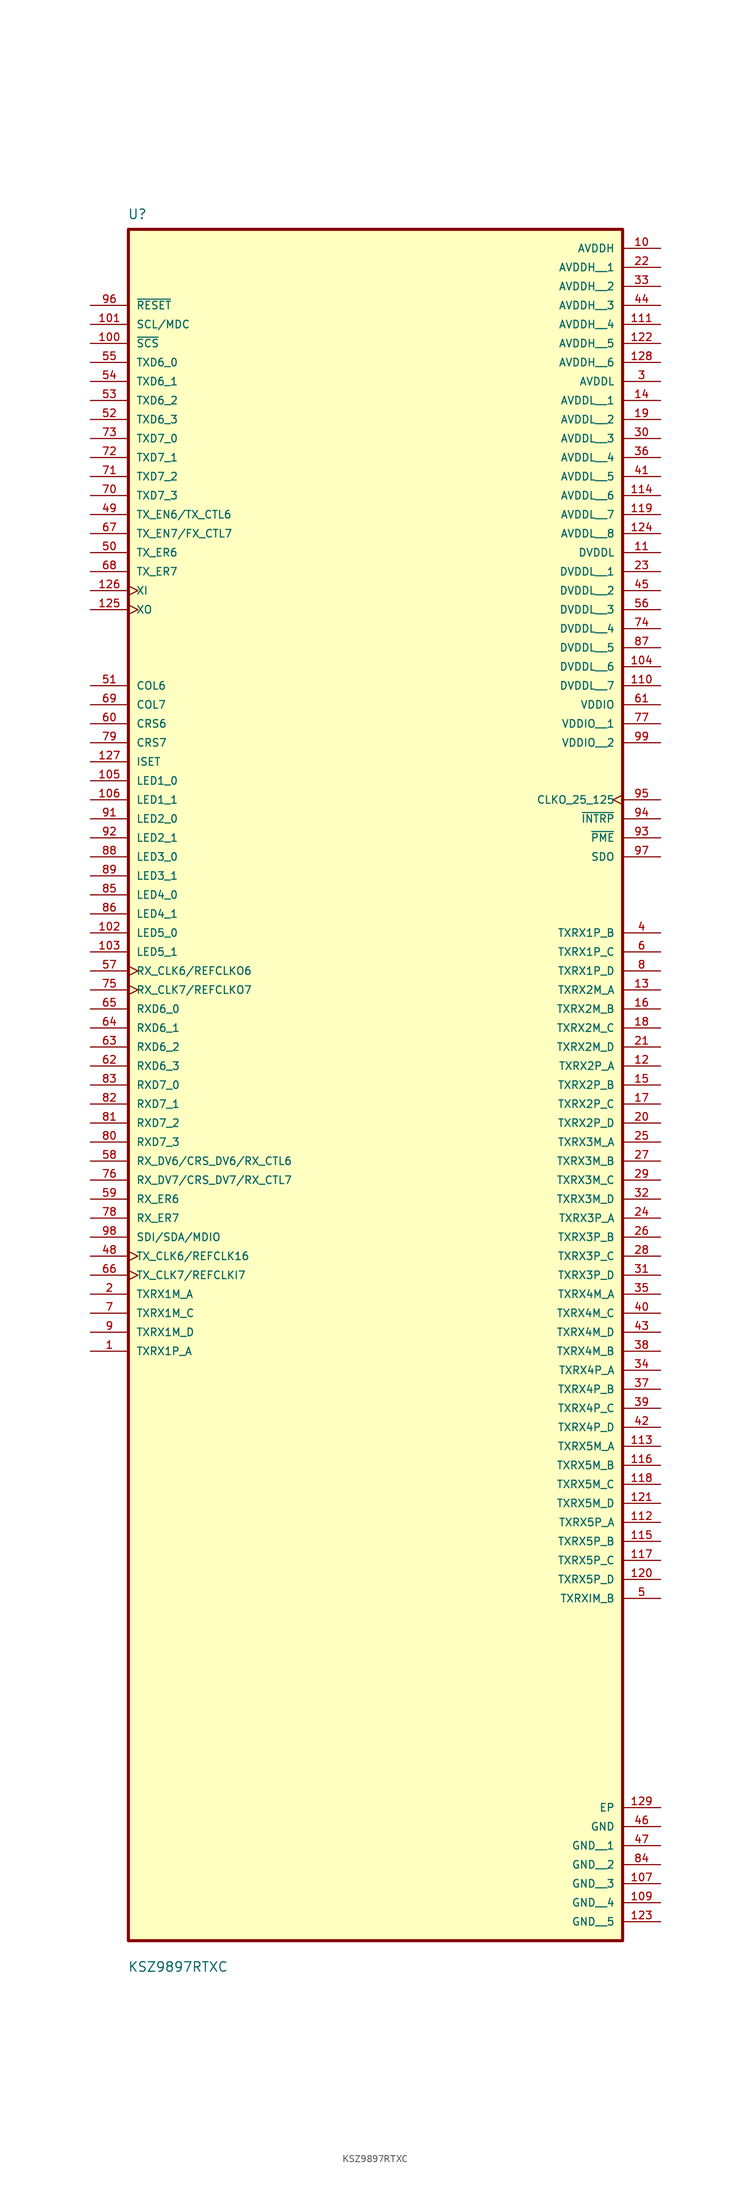
<source format=kicad_sym>
(kicad_symbol_lib
  (version 20211014)
  (generator kicad_symbol_editor)
  (symbol "KSZ9897RTXC"
    (pin_names
      (offset 1.016))
    (property "Reference" "U"
      (at -33.134 80.015 0.0)
      (effects (font (size 1.27 1.27)) (justify bottom left)))
    (property "Value" "KSZ9897RTXC"
      (at -33.117 -154.103 0.0)
      (effects (font (size 1.27 1.27)) (justify bottom left)))
    (symbol "KSZ9897RTXC_0_0"
      (rectangle (start -33.02 -149.86) (end 33.02 78.74) (stroke (width 0.41)) (fill (type background)))
      (pin input line (at -38.1 68.58 0) (length 5.08) (name "~{RESET}" (effects (font (size 1.016 1.016)))) (number "96" (effects (font (size 1.016 1.016)))))
      (pin input line (at -38.1 66.04 0) (length 5.08) (name "SCL/MDC" (effects (font (size 1.016 1.016)))) (number "101" (effects (font (size 1.016 1.016)))))
      (pin input line (at -38.1 63.5 0) (length 5.08) (name "~{SCS}" (effects (font (size 1.016 1.016)))) (number "100" (effects (font (size 1.016 1.016)))))
      (pin input line (at -38.1 60.96 0) (length 5.08) (name "TXD6_0" (effects (font (size 1.016 1.016)))) (number "55" (effects (font (size 1.016 1.016)))))
      (pin input line (at -38.1 58.42 0) (length 5.08) (name "TXD6_1" (effects (font (size 1.016 1.016)))) (number "54" (effects (font (size 1.016 1.016)))))
      (pin input line (at -38.1 55.88 0) (length 5.08) (name "TXD6_2" (effects (font (size 1.016 1.016)))) (number "53" (effects (font (size 1.016 1.016)))))
      (pin input line (at -38.1 53.34 0) (length 5.08) (name "TXD6_3" (effects (font (size 1.016 1.016)))) (number "52" (effects (font (size 1.016 1.016)))))
      (pin input line (at -38.1 50.8 0) (length 5.08) (name "TXD7_0" (effects (font (size 1.016 1.016)))) (number "73" (effects (font (size 1.016 1.016)))))
      (pin input line (at -38.1 48.26 0) (length 5.08) (name "TXD7_1" (effects (font (size 1.016 1.016)))) (number "72" (effects (font (size 1.016 1.016)))))
      (pin input line (at -38.1 45.72 0) (length 5.08) (name "TXD7_2" (effects (font (size 1.016 1.016)))) (number "71" (effects (font (size 1.016 1.016)))))
      (pin input line (at -38.1 43.18 0) (length 5.08) (name "TXD7_3" (effects (font (size 1.016 1.016)))) (number "70" (effects (font (size 1.016 1.016)))))
      (pin input line (at -38.1 40.64 0) (length 5.08) (name "TX_EN6/TX_CTL6" (effects (font (size 1.016 1.016)))) (number "49" (effects (font (size 1.016 1.016)))))
      (pin input line (at -38.1 38.1 0) (length 5.08) (name "TX_EN7/FX_CTL7" (effects (font (size 1.016 1.016)))) (number "67" (effects (font (size 1.016 1.016)))))
      (pin input line (at -38.1 35.56 0) (length 5.08) (name "TX_ER6" (effects (font (size 1.016 1.016)))) (number "50" (effects (font (size 1.016 1.016)))))
      (pin input line (at -38.1 33.02 0) (length 5.08) (name "TX_ER7" (effects (font (size 1.016 1.016)))) (number "68" (effects (font (size 1.016 1.016)))))
      (pin input clock (at -38.1 30.48 0) (length 5.08) (name "XI" (effects (font (size 1.016 1.016)))) (number "126" (effects (font (size 1.016 1.016)))))
      (pin bidirectional line (at -38.1 17.78 0) (length 5.08) (name "COL6" (effects (font (size 1.016 1.016)))) (number "51" (effects (font (size 1.016 1.016)))))
      (pin bidirectional line (at -38.1 15.24 0) (length 5.08) (name "COL7" (effects (font (size 1.016 1.016)))) (number "69" (effects (font (size 1.016 1.016)))))
      (pin bidirectional line (at -38.1 12.7 0) (length 5.08) (name "CRS6" (effects (font (size 1.016 1.016)))) (number "60" (effects (font (size 1.016 1.016)))))
      (pin bidirectional line (at -38.1 10.16 0) (length 5.08) (name "CRS7" (effects (font (size 1.016 1.016)))) (number "79" (effects (font (size 1.016 1.016)))))
      (pin bidirectional line (at -38.1 7.62 0) (length 5.08) (name "ISET" (effects (font (size 1.016 1.016)))) (number "127" (effects (font (size 1.016 1.016)))))
      (pin bidirectional line (at -38.1 5.08 0) (length 5.08) (name "LED1_0" (effects (font (size 1.016 1.016)))) (number "105" (effects (font (size 1.016 1.016)))))
      (pin bidirectional line (at -38.1 2.54 0) (length 5.08) (name "LED1_1" (effects (font (size 1.016 1.016)))) (number "106" (effects (font (size 1.016 1.016)))))
      (pin bidirectional line (at -38.1 0.0 0) (length 5.08) (name "LED2_0" (effects (font (size 1.016 1.016)))) (number "91" (effects (font (size 1.016 1.016)))))
      (pin bidirectional line (at -38.1 -2.54 0) (length 5.08) (name "LED2_1" (effects (font (size 1.016 1.016)))) (number "92" (effects (font (size 1.016 1.016)))))
      (pin bidirectional line (at -38.1 -5.08 0) (length 5.08) (name "LED3_0" (effects (font (size 1.016 1.016)))) (number "88" (effects (font (size 1.016 1.016)))))
      (pin bidirectional line (at -38.1 -7.62 0) (length 5.08) (name "LED3_1" (effects (font (size 1.016 1.016)))) (number "89" (effects (font (size 1.016 1.016)))))
      (pin bidirectional line (at -38.1 -10.16 0) (length 5.08) (name "LED4_0" (effects (font (size 1.016 1.016)))) (number "85" (effects (font (size 1.016 1.016)))))
      (pin bidirectional line (at -38.1 -12.7 0) (length 5.08) (name "LED4_1" (effects (font (size 1.016 1.016)))) (number "86" (effects (font (size 1.016 1.016)))))
      (pin bidirectional line (at -38.1 -15.24 0) (length 5.08) (name "LED5_0" (effects (font (size 1.016 1.016)))) (number "102" (effects (font (size 1.016 1.016)))))
      (pin bidirectional line (at -38.1 -17.78 0) (length 5.08) (name "LED5_1" (effects (font (size 1.016 1.016)))) (number "103" (effects (font (size 1.016 1.016)))))
      (pin bidirectional clock (at -38.1 -20.32 0) (length 5.08) (name "RX_CLK6/REFCLKO6" (effects (font (size 1.016 1.016)))) (number "57" (effects (font (size 1.016 1.016)))))
      (pin bidirectional clock (at -38.1 -22.86 0) (length 5.08) (name "RX_CLK7/REFCLKO7" (effects (font (size 1.016 1.016)))) (number "75" (effects (font (size 1.016 1.016)))))
      (pin bidirectional line (at -38.1 -25.4 0) (length 5.08) (name "RXD6_0" (effects (font (size 1.016 1.016)))) (number "65" (effects (font (size 1.016 1.016)))))
      (pin bidirectional line (at -38.1 -27.94 0) (length 5.08) (name "RXD6_1" (effects (font (size 1.016 1.016)))) (number "64" (effects (font (size 1.016 1.016)))))
      (pin bidirectional line (at -38.1 -30.48 0) (length 5.08) (name "RXD6_2" (effects (font (size 1.016 1.016)))) (number "63" (effects (font (size 1.016 1.016)))))
      (pin bidirectional line (at -38.1 -33.02 0) (length 5.08) (name "RXD6_3" (effects (font (size 1.016 1.016)))) (number "62" (effects (font (size 1.016 1.016)))))
      (pin bidirectional line (at -38.1 -35.56 0) (length 5.08) (name "RXD7_0" (effects (font (size 1.016 1.016)))) (number "83" (effects (font (size 1.016 1.016)))))
      (pin bidirectional line (at -38.1 -38.1 0) (length 5.08) (name "RXD7_1" (effects (font (size 1.016 1.016)))) (number "82" (effects (font (size 1.016 1.016)))))
      (pin bidirectional line (at -38.1 -40.64 0) (length 5.08) (name "RXD7_2" (effects (font (size 1.016 1.016)))) (number "81" (effects (font (size 1.016 1.016)))))
      (pin bidirectional line (at -38.1 -43.18 0) (length 5.08) (name "RXD7_3" (effects (font (size 1.016 1.016)))) (number "80" (effects (font (size 1.016 1.016)))))
      (pin bidirectional line (at -38.1 -45.72 0) (length 5.08) (name "RX_DV6/CRS_DV6/RX_CTL6" (effects (font (size 1.016 1.016)))) (number "58" (effects (font (size 1.016 1.016)))))
      (pin bidirectional line (at -38.1 -48.26 0) (length 5.08) (name "RX_DV7/CRS_DV7/RX_CTL7" (effects (font (size 1.016 1.016)))) (number "76" (effects (font (size 1.016 1.016)))))
      (pin bidirectional line (at -38.1 -50.8 0) (length 5.08) (name "RX_ER6" (effects (font (size 1.016 1.016)))) (number "59" (effects (font (size 1.016 1.016)))))
      (pin bidirectional line (at -38.1 -53.34 0) (length 5.08) (name "RX_ER7" (effects (font (size 1.016 1.016)))) (number "78" (effects (font (size 1.016 1.016)))))
      (pin bidirectional line (at -38.1 -55.88 0) (length 5.08) (name "SDI/SDA/MDIO" (effects (font (size 1.016 1.016)))) (number "98" (effects (font (size 1.016 1.016)))))
      (pin bidirectional clock (at -38.1 -58.42 0) (length 5.08) (name "TX_CLK6/REFCLK16" (effects (font (size 1.016 1.016)))) (number "48" (effects (font (size 1.016 1.016)))))
      (pin bidirectional clock (at -38.1 -60.96 0) (length 5.08) (name "TX_CLK7/REFCLKI7" (effects (font (size 1.016 1.016)))) (number "66" (effects (font (size 1.016 1.016)))))
      (pin bidirectional line (at -38.1 -63.5 0) (length 5.08) (name "TXRX1M_A" (effects (font (size 1.016 1.016)))) (number "2" (effects (font (size 1.016 1.016)))))
      (pin bidirectional line (at -38.1 -66.04 0) (length 5.08) (name "TXRX1M_C" (effects (font (size 1.016 1.016)))) (number "7" (effects (font (size 1.016 1.016)))))
      (pin bidirectional line (at -38.1 -68.58 0) (length 5.08) (name "TXRX1M_D" (effects (font (size 1.016 1.016)))) (number "9" (effects (font (size 1.016 1.016)))))
      (pin bidirectional line (at -38.1 -71.12 0) (length 5.08) (name "TXRX1P_A" (effects (font (size 1.016 1.016)))) (number "1" (effects (font (size 1.016 1.016)))))
      (pin power_in line (at 38.1 76.2 180.0) (length 5.08) (name "AVDDH" (effects (font (size 1.016 1.016)))) (number "10" (effects (font (size 1.016 1.016)))))
      (pin power_in line (at 38.1 58.42 180.0) (length 5.08) (name "AVDDL" (effects (font (size 1.016 1.016)))) (number "3" (effects (font (size 1.016 1.016)))))
      (pin power_in line (at 38.1 35.56 180.0) (length 5.08) (name "DVDDL" (effects (font (size 1.016 1.016)))) (number "11" (effects (font (size 1.016 1.016)))))
      (pin power_in line (at 38.1 15.24 180.0) (length 5.08) (name "VDDIO" (effects (font (size 1.016 1.016)))) (number "61" (effects (font (size 1.016 1.016)))))
      (pin output clock (at 38.1 2.54 180.0) (length 5.08) (name "CLKO_25_125" (effects (font (size 1.016 1.016)))) (number "95" (effects (font (size 1.016 1.016)))))
      (pin output line (at 38.1 0.0 180.0) (length 5.08) (name "~{INTRP}" (effects (font (size 1.016 1.016)))) (number "94" (effects (font (size 1.016 1.016)))))
      (pin output line (at 38.1 -2.54 180.0) (length 5.08) (name "~{PME}" (effects (font (size 1.016 1.016)))) (number "93" (effects (font (size 1.016 1.016)))))
      (pin output line (at 38.1 -5.08 180.0) (length 5.08) (name "SDO" (effects (font (size 1.016 1.016)))) (number "97" (effects (font (size 1.016 1.016)))))
      (pin output clock (at -38.1 27.94 0) (length 5.08) (name "XO" (effects (font (size 1.016 1.016)))) (number "125" (effects (font (size 1.016 1.016)))))
      (pin bidirectional line (at 38.1 -15.24 180.0) (length 5.08) (name "TXRX1P_B" (effects (font (size 1.016 1.016)))) (number "4" (effects (font (size 1.016 1.016)))))
      (pin bidirectional line (at 38.1 -17.78 180.0) (length 5.08) (name "TXRX1P_C" (effects (font (size 1.016 1.016)))) (number "6" (effects (font (size 1.016 1.016)))))
      (pin bidirectional line (at 38.1 -20.32 180.0) (length 5.08) (name "TXRX1P_D" (effects (font (size 1.016 1.016)))) (number "8" (effects (font (size 1.016 1.016)))))
      (pin bidirectional line (at 38.1 -22.86 180.0) (length 5.08) (name "TXRX2M_A" (effects (font (size 1.016 1.016)))) (number "13" (effects (font (size 1.016 1.016)))))
      (pin bidirectional line (at 38.1 -25.4 180.0) (length 5.08) (name "TXRX2M_B" (effects (font (size 1.016 1.016)))) (number "16" (effects (font (size 1.016 1.016)))))
      (pin bidirectional line (at 38.1 -27.94 180.0) (length 5.08) (name "TXRX2M_C" (effects (font (size 1.016 1.016)))) (number "18" (effects (font (size 1.016 1.016)))))
      (pin bidirectional line (at 38.1 -30.48 180.0) (length 5.08) (name "TXRX2M_D" (effects (font (size 1.016 1.016)))) (number "21" (effects (font (size 1.016 1.016)))))
      (pin bidirectional line (at 38.1 -33.02 180.0) (length 5.08) (name "TXRX2P_A" (effects (font (size 1.016 1.016)))) (number "12" (effects (font (size 1.016 1.016)))))
      (pin bidirectional line (at 38.1 -35.56 180.0) (length 5.08) (name "TXRX2P_B" (effects (font (size 1.016 1.016)))) (number "15" (effects (font (size 1.016 1.016)))))
      (pin bidirectional line (at 38.1 -38.1 180.0) (length 5.08) (name "TXRX2P_C" (effects (font (size 1.016 1.016)))) (number "17" (effects (font (size 1.016 1.016)))))
      (pin bidirectional line (at 38.1 -40.64 180.0) (length 5.08) (name "TXRX2P_D" (effects (font (size 1.016 1.016)))) (number "20" (effects (font (size 1.016 1.016)))))
      (pin bidirectional line (at 38.1 -43.18 180.0) (length 5.08) (name "TXRX3M_A" (effects (font (size 1.016 1.016)))) (number "25" (effects (font (size 1.016 1.016)))))
      (pin bidirectional line (at 38.1 -45.72 180.0) (length 5.08) (name "TXRX3M_B" (effects (font (size 1.016 1.016)))) (number "27" (effects (font (size 1.016 1.016)))))
      (pin bidirectional line (at 38.1 -48.26 180.0) (length 5.08) (name "TXRX3M_C" (effects (font (size 1.016 1.016)))) (number "29" (effects (font (size 1.016 1.016)))))
      (pin bidirectional line (at 38.1 -50.8 180.0) (length 5.08) (name "TXRX3M_D" (effects (font (size 1.016 1.016)))) (number "32" (effects (font (size 1.016 1.016)))))
      (pin bidirectional line (at 38.1 -53.34 180.0) (length 5.08) (name "TXRX3P_A" (effects (font (size 1.016 1.016)))) (number "24" (effects (font (size 1.016 1.016)))))
      (pin bidirectional line (at 38.1 -55.88 180.0) (length 5.08) (name "TXRX3P_B" (effects (font (size 1.016 1.016)))) (number "26" (effects (font (size 1.016 1.016)))))
      (pin bidirectional line (at 38.1 -58.42 180.0) (length 5.08) (name "TXRX3P_C" (effects (font (size 1.016 1.016)))) (number "28" (effects (font (size 1.016 1.016)))))
      (pin bidirectional line (at 38.1 -60.96 180.0) (length 5.08) (name "TXRX3P_D" (effects (font (size 1.016 1.016)))) (number "31" (effects (font (size 1.016 1.016)))))
      (pin bidirectional line (at 38.1 -63.5 180.0) (length 5.08) (name "TXRX4M_A" (effects (font (size 1.016 1.016)))) (number "35" (effects (font (size 1.016 1.016)))))
      (pin bidirectional line (at 38.1 -66.04 180.0) (length 5.08) (name "TXRX4M_C" (effects (font (size 1.016 1.016)))) (number "40" (effects (font (size 1.016 1.016)))))
      (pin bidirectional line (at 38.1 -68.58 180.0) (length 5.08) (name "TXRX4M_D" (effects (font (size 1.016 1.016)))) (number "43" (effects (font (size 1.016 1.016)))))
      (pin bidirectional line (at 38.1 -71.12 180.0) (length 5.08) (name "TXRX4M_B" (effects (font (size 1.016 1.016)))) (number "38" (effects (font (size 1.016 1.016)))))
      (pin bidirectional line (at 38.1 -73.66 180.0) (length 5.08) (name "TXRX4P_A" (effects (font (size 1.016 1.016)))) (number "34" (effects (font (size 1.016 1.016)))))
      (pin bidirectional line (at 38.1 -76.2 180.0) (length 5.08) (name "TXRX4P_B" (effects (font (size 1.016 1.016)))) (number "37" (effects (font (size 1.016 1.016)))))
      (pin bidirectional line (at 38.1 -78.74 180.0) (length 5.08) (name "TXRX4P_C" (effects (font (size 1.016 1.016)))) (number "39" (effects (font (size 1.016 1.016)))))
      (pin bidirectional line (at 38.1 -81.28 180.0) (length 5.08) (name "TXRX4P_D" (effects (font (size 1.016 1.016)))) (number "42" (effects (font (size 1.016 1.016)))))
      (pin bidirectional line (at 38.1 -83.82 180.0) (length 5.08) (name "TXRX5M_A" (effects (font (size 1.016 1.016)))) (number "113" (effects (font (size 1.016 1.016)))))
      (pin bidirectional line (at 38.1 -86.36 180.0) (length 5.08) (name "TXRX5M_B" (effects (font (size 1.016 1.016)))) (number "116" (effects (font (size 1.016 1.016)))))
      (pin bidirectional line (at 38.1 -88.9 180.0) (length 5.08) (name "TXRX5M_C" (effects (font (size 1.016 1.016)))) (number "118" (effects (font (size 1.016 1.016)))))
      (pin bidirectional line (at 38.1 -91.44 180.0) (length 5.08) (name "TXRX5M_D" (effects (font (size 1.016 1.016)))) (number "121" (effects (font (size 1.016 1.016)))))
      (pin bidirectional line (at 38.1 -93.98 180.0) (length 5.08) (name "TXRX5P_A" (effects (font (size 1.016 1.016)))) (number "112" (effects (font (size 1.016 1.016)))))
      (pin bidirectional line (at 38.1 -96.52 180.0) (length 5.08) (name "TXRX5P_B" (effects (font (size 1.016 1.016)))) (number "115" (effects (font (size 1.016 1.016)))))
      (pin bidirectional line (at 38.1 -99.06 180.0) (length 5.08) (name "TXRX5P_C" (effects (font (size 1.016 1.016)))) (number "117" (effects (font (size 1.016 1.016)))))
      (pin bidirectional line (at 38.1 -101.6 180.0) (length 5.08) (name "TXRX5P_D" (effects (font (size 1.016 1.016)))) (number "120" (effects (font (size 1.016 1.016)))))
      (pin bidirectional line (at 38.1 -104.14 180.0) (length 5.08) (name "TXRXIM_B" (effects (font (size 1.016 1.016)))) (number "5" (effects (font (size 1.016 1.016)))))
      (pin power_in line (at 38.1 -134.62 180.0) (length 5.08) (name "GND" (effects (font (size 1.016 1.016)))) (number "46" (effects (font (size 1.016 1.016)))))
      (pin power_in line (at 38.1 -132.08 180.0) (length 5.08) (name "EP" (effects (font (size 1.016 1.016)))) (number "129" (effects (font (size 1.016 1.016)))))
      (pin power_in line (at 38.1 73.66 180.0) (length 5.08) (name "AVDDH__1" (effects (font (size 1.016 1.016)))) (number "22" (effects (font (size 1.016 1.016)))))
      (pin power_in line (at 38.1 71.12 180.0) (length 5.08) (name "AVDDH__2" (effects (font (size 1.016 1.016)))) (number "33" (effects (font (size 1.016 1.016)))))
      (pin power_in line (at 38.1 68.58 180.0) (length 5.08) (name "AVDDH__3" (effects (font (size 1.016 1.016)))) (number "44" (effects (font (size 1.016 1.016)))))
      (pin power_in line (at 38.1 66.04 180.0) (length 5.08) (name "AVDDH__4" (effects (font (size 1.016 1.016)))) (number "111" (effects (font (size 1.016 1.016)))))
      (pin power_in line (at 38.1 63.5 180.0) (length 5.08) (name "AVDDH__5" (effects (font (size 1.016 1.016)))) (number "122" (effects (font (size 1.016 1.016)))))
      (pin power_in line (at 38.1 60.96 180.0) (length 5.08) (name "AVDDH__6" (effects (font (size 1.016 1.016)))) (number "128" (effects (font (size 1.016 1.016)))))
      (pin power_in line (at 38.1 55.88 180.0) (length 5.08) (name "AVDDL__1" (effects (font (size 1.016 1.016)))) (number "14" (effects (font (size 1.016 1.016)))))
      (pin power_in line (at 38.1 53.34 180.0) (length 5.08) (name "AVDDL__2" (effects (font (size 1.016 1.016)))) (number "19" (effects (font (size 1.016 1.016)))))
      (pin power_in line (at 38.1 50.8 180.0) (length 5.08) (name "AVDDL__3" (effects (font (size 1.016 1.016)))) (number "30" (effects (font (size 1.016 1.016)))))
      (pin power_in line (at 38.1 48.26 180.0) (length 5.08) (name "AVDDL__4" (effects (font (size 1.016 1.016)))) (number "36" (effects (font (size 1.016 1.016)))))
      (pin power_in line (at 38.1 45.72 180.0) (length 5.08) (name "AVDDL__5" (effects (font (size 1.016 1.016)))) (number "41" (effects (font (size 1.016 1.016)))))
      (pin power_in line (at 38.1 43.18 180.0) (length 5.08) (name "AVDDL__6" (effects (font (size 1.016 1.016)))) (number "114" (effects (font (size 1.016 1.016)))))
      (pin power_in line (at 38.1 40.64 180.0) (length 5.08) (name "AVDDL__7" (effects (font (size 1.016 1.016)))) (number "119" (effects (font (size 1.016 1.016)))))
      (pin power_in line (at 38.1 38.1 180.0) (length 5.08) (name "AVDDL__8" (effects (font (size 1.016 1.016)))) (number "124" (effects (font (size 1.016 1.016)))))
      (pin power_in line (at 38.1 33.02 180.0) (length 5.08) (name "DVDDL__1" (effects (font (size 1.016 1.016)))) (number "23" (effects (font (size 1.016 1.016)))))
      (pin power_in line (at 38.1 30.48 180.0) (length 5.08) (name "DVDDL__2" (effects (font (size 1.016 1.016)))) (number "45" (effects (font (size 1.016 1.016)))))
      (pin power_in line (at 38.1 27.94 180.0) (length 5.08) (name "DVDDL__3" (effects (font (size 1.016 1.016)))) (number "56" (effects (font (size 1.016 1.016)))))
      (pin power_in line (at 38.1 25.4 180.0) (length 5.08) (name "DVDDL__4" (effects (font (size 1.016 1.016)))) (number "74" (effects (font (size 1.016 1.016)))))
      (pin power_in line (at 38.1 22.86 180.0) (length 5.08) (name "DVDDL__5" (effects (font (size 1.016 1.016)))) (number "87" (effects (font (size 1.016 1.016)))))
      (pin power_in line (at 38.1 20.32 180.0) (length 5.08) (name "DVDDL__6" (effects (font (size 1.016 1.016)))) (number "104" (effects (font (size 1.016 1.016)))))
      (pin power_in line (at 38.1 17.78 180.0) (length 5.08) (name "DVDDL__7" (effects (font (size 1.016 1.016)))) (number "110" (effects (font (size 1.016 1.016)))))
      (pin power_in line (at 38.1 12.7 180.0) (length 5.08) (name "VDDIO__1" (effects (font (size 1.016 1.016)))) (number "77" (effects (font (size 1.016 1.016)))))
      (pin power_in line (at 38.1 10.16 180.0) (length 5.08) (name "VDDIO__2" (effects (font (size 1.016 1.016)))) (number "99" (effects (font (size 1.016 1.016)))))
      (pin power_in line (at 38.1 -137.16 180.0) (length 5.08) (name "GND__1" (effects (font (size 1.016 1.016)))) (number "47" (effects (font (size 1.016 1.016)))))
      (pin power_in line (at 38.1 -139.7 180.0) (length 5.08) (name "GND__2" (effects (font (size 1.016 1.016)))) (number "84" (effects (font (size 1.016 1.016)))))
      (pin power_in line (at 38.1 -142.24 180.0) (length 5.08) (name "GND__3" (effects (font (size 1.016 1.016)))) (number "107" (effects (font (size 1.016 1.016)))))
      (pin power_in line (at 38.1 -144.78 180.0) (length 5.08) (name "GND__4" (effects (font (size 1.016 1.016)))) (number "109" (effects (font (size 1.016 1.016)))))
      (pin power_in line (at 38.1 -147.32 180.0) (length 5.08) (name "GND__5" (effects (font (size 1.016 1.016)))) (number "123" (effects (font (size 1.016 1.016))))))))
</source>
